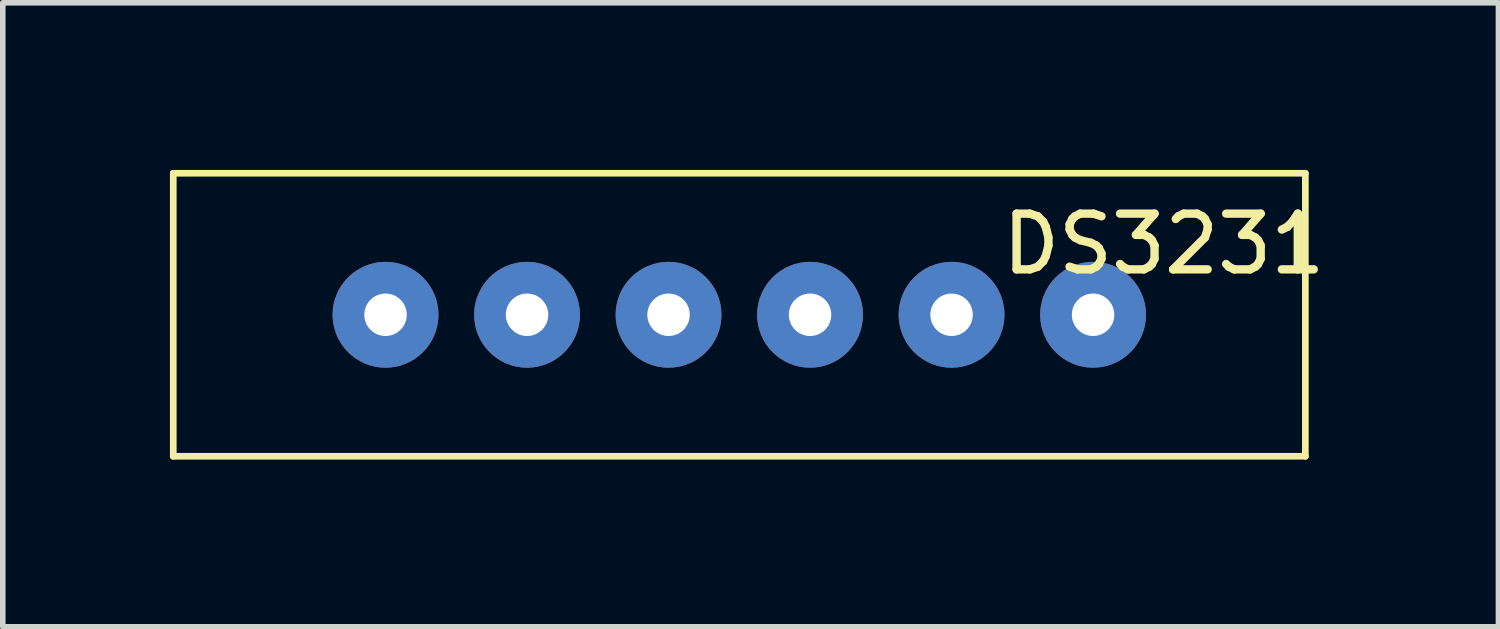
<source format=kicad_pcb>
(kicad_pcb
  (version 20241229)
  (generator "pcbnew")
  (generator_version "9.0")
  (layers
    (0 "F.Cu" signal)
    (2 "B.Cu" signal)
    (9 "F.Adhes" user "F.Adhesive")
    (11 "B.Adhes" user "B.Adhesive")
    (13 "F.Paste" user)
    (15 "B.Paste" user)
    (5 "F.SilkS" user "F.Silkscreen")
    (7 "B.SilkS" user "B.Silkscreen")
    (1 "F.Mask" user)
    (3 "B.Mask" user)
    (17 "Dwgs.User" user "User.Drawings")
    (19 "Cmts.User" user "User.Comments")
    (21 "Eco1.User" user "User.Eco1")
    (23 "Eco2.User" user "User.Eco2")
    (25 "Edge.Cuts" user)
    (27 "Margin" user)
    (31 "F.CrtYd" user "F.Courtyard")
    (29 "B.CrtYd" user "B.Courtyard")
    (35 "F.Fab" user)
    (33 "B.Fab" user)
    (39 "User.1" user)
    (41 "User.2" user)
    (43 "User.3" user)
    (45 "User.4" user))
  (footprint "DS3231"
    (layer "F.Cu")
    (at 10.22 2.6)
    (property "Reference" "DS3231" (at 7.62 -1.27 0) (layer "F.SilkS") (effects (font (size 1 1) (thickness 0.15))))
    (attr through_hole)
    (fp_line (start -10.16 -2.54) (end 10.16 -2.54) (stroke (width 0.12) (type solid)) (layer "F.SilkS"))
    (fp_line (start -10.16 2.54) (end -10.16 -2.54) (stroke (width 0.12) (type solid)) (layer "F.SilkS"))
    (fp_line (start 10.16 -2.54) (end 10.16 2.54) (stroke (width 0.12) (type solid)) (layer "F.SilkS"))
    (fp_line (start 10.16 2.54) (end -10.16 2.54) (stroke (width 0.12) (type solid)) (layer "F.SilkS"))
    (pad "1" thru_hole circle (at -6.35 0) (size 1.9 1.9) (drill 0.762) (layers "*.Cu" "*.Mask"))
    (pad "2" thru_hole circle (at -3.81 0) (size 1.9 1.9) (drill 0.762) (layers "*.Cu" "*.Mask"))
    (pad "3" thru_hole circle (at -1.27 0) (size 1.9 1.9) (drill 0.762) (layers "*.Cu" "*.Mask"))
    (pad "4" thru_hole circle (at 1.27 0) (size 1.9 1.9) (drill 0.762) (layers "*.Cu" "*.Mask"))
    (pad "5" thru_hole circle (at 3.81 0) (size 1.9 1.9) (drill 0.762) (layers "*.Cu" "*.Mask"))
    (pad "6" thru_hole circle (at 6.35 0) (size 1.9 1.9) (drill 0.762) (layers "*.Cu" "*.Mask")))
  (gr_rect
    (start -3 -3)
    (end 23.846 8.2)
    (stroke (width 0.1) (type default))
    (fill no)
    (layer "Edge.Cuts")))
</source>
